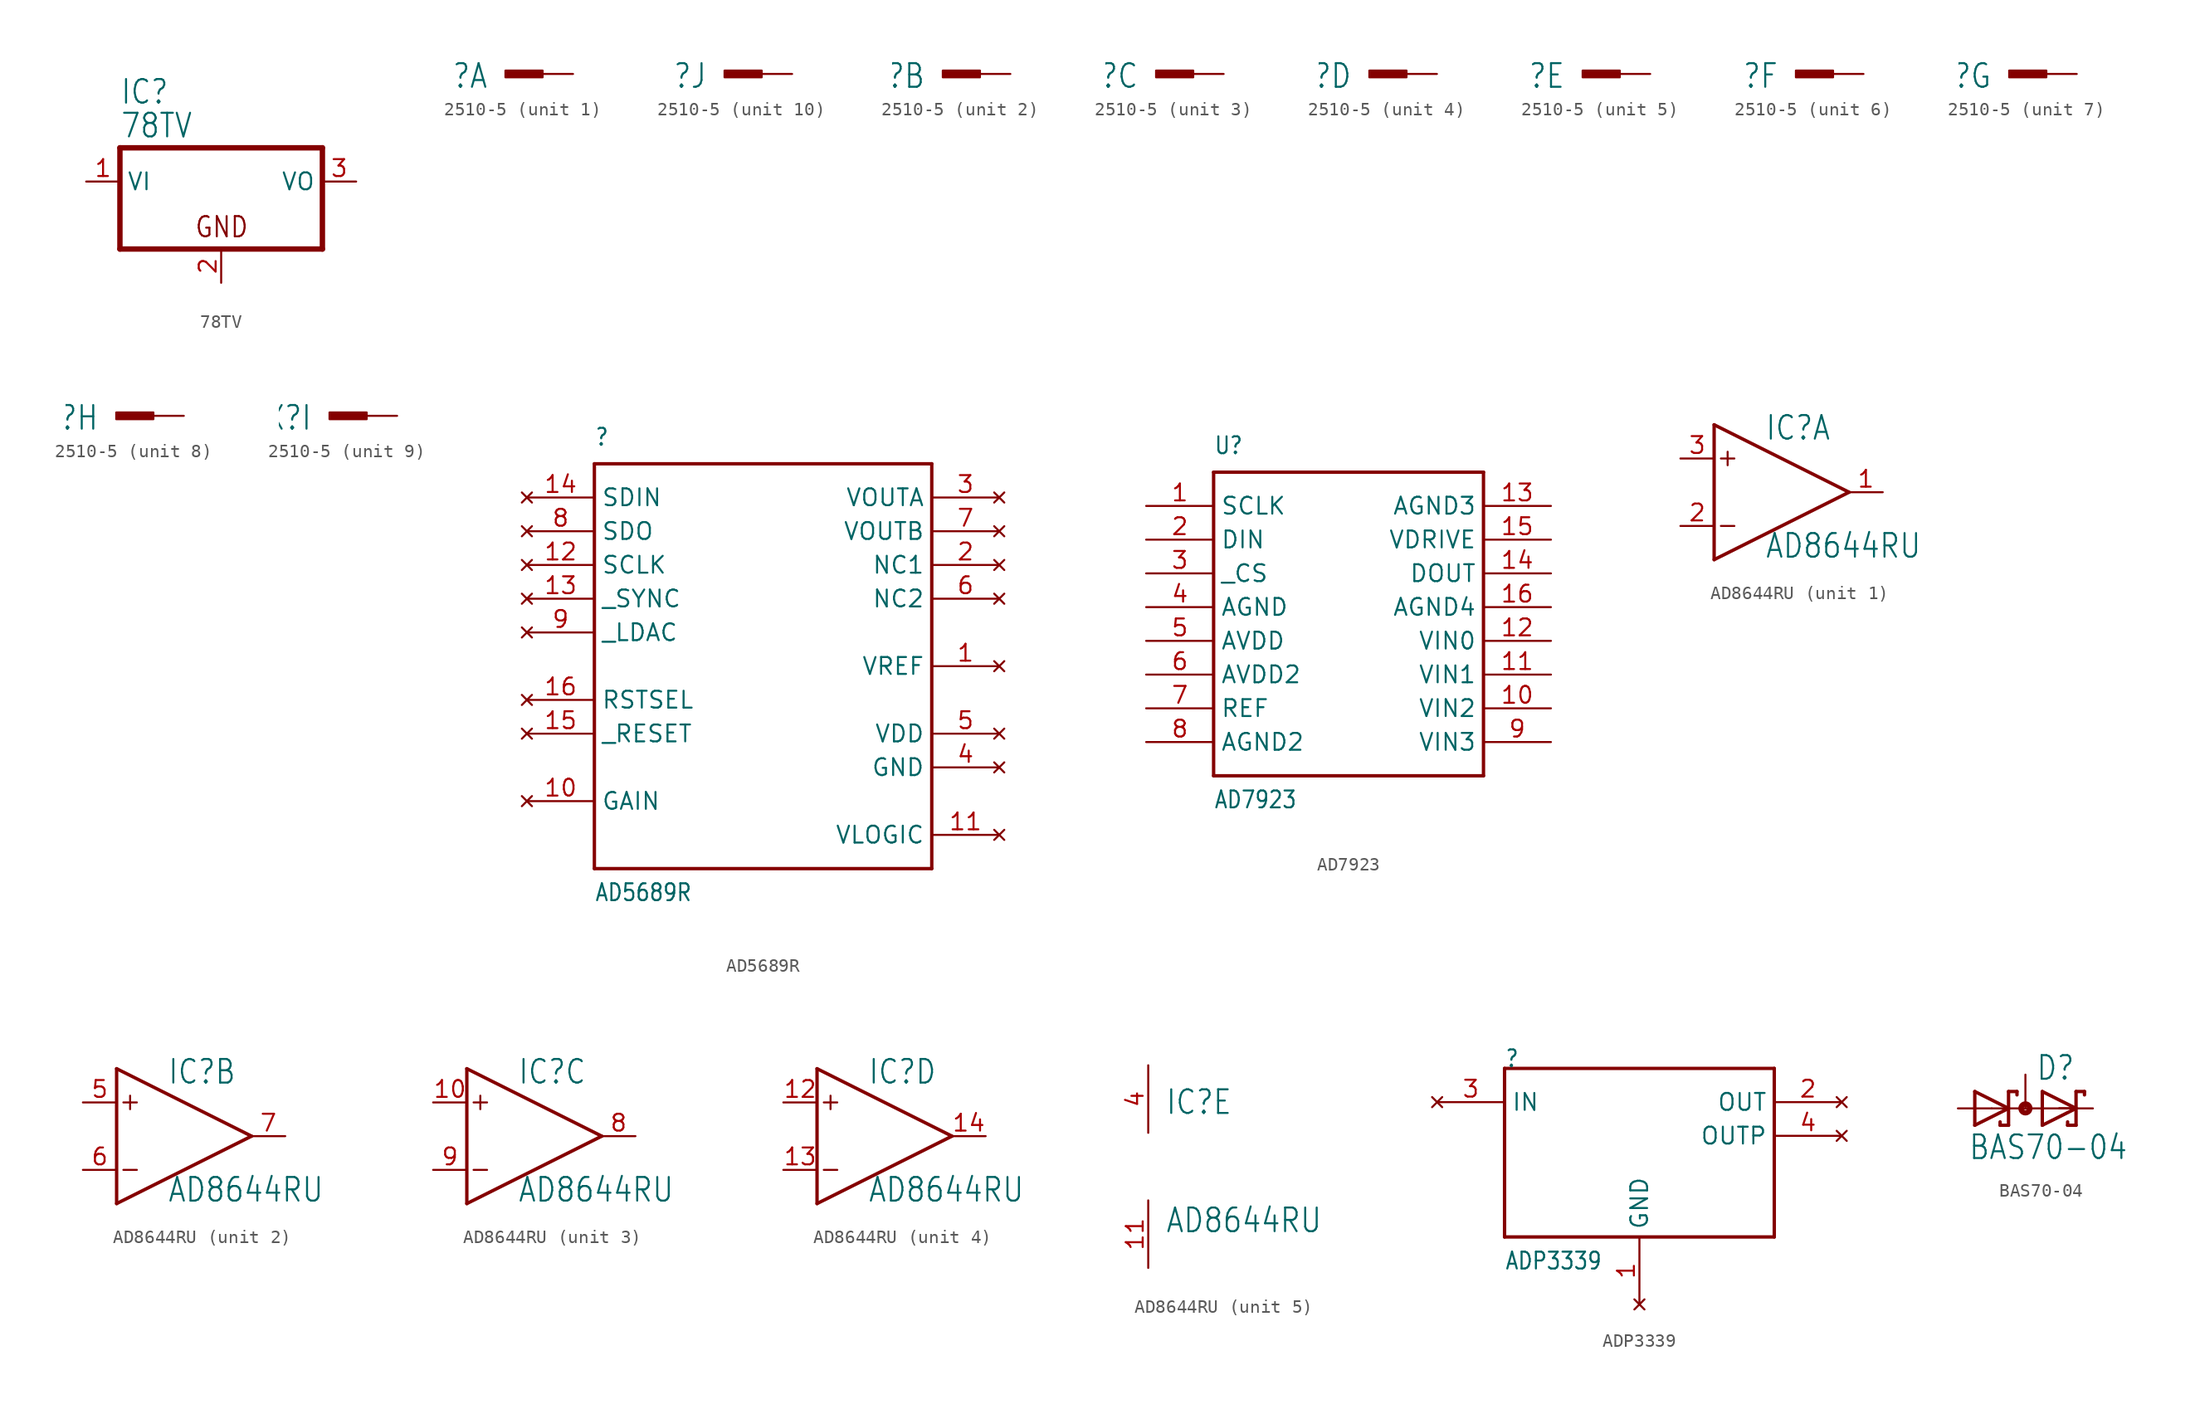
<source format=kicad_sym>
(kicad_symbol_lib
  (version 20211014)
  (generator kicad_symbol_editor)
  (symbol "78TV"
    (property "Reference" "IC"
      (at -7.62 5.715 0)
      (effects (font (size 1.778 1.511)) (justify left bottom)))
    (property "Value" "78TV"
      (at -7.62 3.175 0)
      (effects (font (size 1.778 1.511)) (justify left bottom)))
    (property "ki_locked" ""
      (at 0 0 0)
      (effects (font (size 1.27 1.27))))
    (symbol "78TV_1_0"
      (polyline (pts (xy -7.62 -5.08) (xy 7.62 -5.08)) (stroke (width 0.406) (type default) (color 0 0 0 0)) (fill (type none)))
      (polyline (pts (xy -7.62 2.54) (xy -7.62 -5.08)) (stroke (width 0.406) (type default) (color 0 0 0 0)) (fill (type none)))
      (polyline (pts (xy 7.62 -5.08) (xy 7.62 2.54)) (stroke (width 0.406) (type default) (color 0 0 0 0)) (fill (type none)))
      (polyline (pts (xy 7.62 2.54) (xy -7.62 2.54)) (stroke (width 0.406) (type default) (color 0 0 0 0)) (fill (type none)))
      (text "GND" (at -2.032 -4.318 0) (effects (font (size 1.524 1.295)) (justify left bottom)))
      (pin input line (at -10.16 0 0) (length 2.54) (name "VI" (effects (font (size 1.27 1.27)))) (number "1" (effects (font (size 1.27 1.27)))))
      (pin passive line (at 0 -7.62 90) (length 2.54) (name "GND" (effects (font (size 0 0)))) (number "2" (effects (font (size 1.27 1.27)))))
      (pin passive line (at 10.16 0 180) (length 2.54) (name "VO" (effects (font (size 1.27 1.27)))) (number "3" (effects (font (size 1.27 1.27)))))))
  (symbol "2510-5"
    (property "Reference" "X"
      (at -1.27 0.889 0)
      (effects (font (size 1.778 1.511)) (justify right top)))
    (property "ki_locked" ""
      (at 0 0 0)
      (effects (font (size 1.27 1.27))))
    (symbol "2510-5_1_0"
      (rectangle (start 0 -0.254) (end 2.794 0.254) (stroke (width 0) (type default) (color 0 0 0 0)) (fill (type outline)))
      (pin passive line (at 5.08 0 180) (length 2.54) (name "KL" (effects (font (size 0 0)))) (number "1" (effects (font (size 0 0))))))
    (symbol "2510-5_2_0"
      (rectangle (start 0 -0.254) (end 2.794 0.254) (stroke (width 0) (type default) (color 0 0 0 0)) (fill (type outline)))
      (pin passive line (at 5.08 0 180) (length 2.54) (name "KL" (effects (font (size 0 0)))) (number "2" (effects (font (size 0 0))))))
    (symbol "2510-5_3_0"
      (rectangle (start 0 -0.254) (end 2.794 0.254) (stroke (width 0) (type default) (color 0 0 0 0)) (fill (type outline)))
      (pin passive line (at 5.08 0 180) (length 2.54) (name "KL" (effects (font (size 0 0)))) (number "3" (effects (font (size 0 0))))))
    (symbol "2510-5_4_0"
      (rectangle (start 0 -0.254) (end 2.794 0.254) (stroke (width 0) (type default) (color 0 0 0 0)) (fill (type outline)))
      (pin passive line (at 5.08 0 180) (length 2.54) (name "KL" (effects (font (size 0 0)))) (number "4" (effects (font (size 0 0))))))
    (symbol "2510-5_5_0"
      (rectangle (start 0 -0.254) (end 2.794 0.254) (stroke (width 0) (type default) (color 0 0 0 0)) (fill (type outline)))
      (pin passive line (at 5.08 0 180) (length 2.54) (name "KL" (effects (font (size 0 0)))) (number "5" (effects (font (size 0 0))))))
    (symbol "2510-5_6_0"
      (rectangle (start 0 -0.254) (end 2.794 0.254) (stroke (width 0) (type default) (color 0 0 0 0)) (fill (type outline)))
      (pin passive line (at 5.08 0 180) (length 2.54) (name "KL" (effects (font (size 0 0)))) (number "6" (effects (font (size 0 0))))))
    (symbol "2510-5_7_0"
      (rectangle (start 0 -0.254) (end 2.794 0.254) (stroke (width 0) (type default) (color 0 0 0 0)) (fill (type outline)))
      (pin passive line (at 5.08 0 180) (length 2.54) (name "KL" (effects (font (size 0 0)))) (number "7" (effects (font (size 0 0))))))
    (symbol "2510-5_8_0"
      (rectangle (start 0 -0.254) (end 2.794 0.254) (stroke (width 0) (type default) (color 0 0 0 0)) (fill (type outline)))
      (pin passive line (at 5.08 0 180) (length 2.54) (name "KL" (effects (font (size 0 0)))) (number "8" (effects (font (size 0 0))))))
    (symbol "2510-5_9_0"
      (rectangle (start 0 -0.254) (end 2.794 0.254) (stroke (width 0) (type default) (color 0 0 0 0)) (fill (type outline)))
      (pin passive line (at 5.08 0 180) (length 2.54) (name "KL" (effects (font (size 0 0)))) (number "9" (effects (font (size 0 0))))))
    (symbol "2510-5_10_0"
      (rectangle (start 0 -0.254) (end 2.794 0.254) (stroke (width 0) (type default) (color 0 0 0 0)) (fill (type outline)))
      (pin passive line (at 5.08 0 180) (length 2.54) (name "KL" (effects (font (size 0 0)))) (number "10" (effects (font (size 0 0)))))))
  (symbol "AD5689R"
    (property "Reference" ""
      (at -25.4 21.59 0)
      (effects (font (size 1.27 1.079)) (justify left bottom)))
    (property "Value" "AD5689R"
      (at -25.4 -12.7 0)
      (effects (font (size 1.27 1.079)) (justify left bottom)))
    (property "ki_locked" ""
      (at 0 0 0)
      (effects (font (size 1.27 1.27))))
    (symbol "AD5689R_1_0"
      (polyline (pts (xy -25.4 -10.16) (xy -25.4 20.32)) (stroke (width 0.254) (type default) (color 0 0 0 0)) (fill (type none)))
      (polyline (pts (xy -25.4 20.32) (xy 0 20.32)) (stroke (width 0.254) (type default) (color 0 0 0 0)) (fill (type none)))
      (polyline (pts (xy 0 -10.16) (xy -25.4 -10.16)) (stroke (width 0.254) (type default) (color 0 0 0 0)) (fill (type none)))
      (polyline (pts (xy 0 20.32) (xy 0 -10.16)) (stroke (width 0.254) (type default) (color 0 0 0 0)) (fill (type none)))
      (pin no_connect line (at 5.08 5.08 180) (length 5.08) (name "VREF" (effects (font (size 1.27 1.27)))) (number "1" (effects (font (size 1.27 1.27)))))
      (pin no_connect line (at -30.48 -5.08 0) (length 5.08) (name "GAIN" (effects (font (size 1.27 1.27)))) (number "10" (effects (font (size 1.27 1.27)))))
      (pin no_connect line (at 5.08 -7.62 180) (length 5.08) (name "VLOGIC" (effects (font (size 1.27 1.27)))) (number "11" (effects (font (size 1.27 1.27)))))
      (pin no_connect line (at -30.48 12.7 0) (length 5.08) (name "SCLK" (effects (font (size 1.27 1.27)))) (number "12" (effects (font (size 1.27 1.27)))))
      (pin no_connect line (at -30.48 10.16 0) (length 5.08) (name "_SYNC" (effects (font (size 1.27 1.27)))) (number "13" (effects (font (size 1.27 1.27)))))
      (pin no_connect line (at -30.48 17.78 0) (length 5.08) (name "SDIN" (effects (font (size 1.27 1.27)))) (number "14" (effects (font (size 1.27 1.27)))))
      (pin no_connect line (at -30.48 0 0) (length 5.08) (name "_RESET" (effects (font (size 1.27 1.27)))) (number "15" (effects (font (size 1.27 1.27)))))
      (pin no_connect line (at -30.48 2.54 0) (length 5.08) (name "RSTSEL" (effects (font (size 1.27 1.27)))) (number "16" (effects (font (size 1.27 1.27)))))
      (pin no_connect line (at 5.08 12.7 180) (length 5.08) (name "NC1" (effects (font (size 1.27 1.27)))) (number "2" (effects (font (size 1.27 1.27)))))
      (pin no_connect line (at 5.08 17.78 180) (length 5.08) (name "VOUTA" (effects (font (size 1.27 1.27)))) (number "3" (effects (font (size 1.27 1.27)))))
      (pin no_connect line (at 5.08 -2.54 180) (length 5.08) (name "GND" (effects (font (size 1.27 1.27)))) (number "4" (effects (font (size 1.27 1.27)))))
      (pin no_connect line (at 5.08 0 180) (length 5.08) (name "VDD" (effects (font (size 1.27 1.27)))) (number "5" (effects (font (size 1.27 1.27)))))
      (pin no_connect line (at 5.08 10.16 180) (length 5.08) (name "NC2" (effects (font (size 1.27 1.27)))) (number "6" (effects (font (size 1.27 1.27)))))
      (pin no_connect line (at 5.08 15.24 180) (length 5.08) (name "VOUTB" (effects (font (size 1.27 1.27)))) (number "7" (effects (font (size 1.27 1.27)))))
      (pin no_connect line (at -30.48 15.24 0) (length 5.08) (name "SDO" (effects (font (size 1.27 1.27)))) (number "8" (effects (font (size 1.27 1.27)))))
      (pin no_connect line (at -30.48 7.62 0) (length 5.08) (name "_LDAC" (effects (font (size 1.27 1.27)))) (number "9" (effects (font (size 1.27 1.27)))))))
  (symbol "AD7923"
    (property "Reference" "U"
      (at -10.16 11.43 0)
      (effects (font (size 1.27 1.079)) (justify left bottom)))
    (property "Value" "AD7923"
      (at -10.16 -15.24 0)
      (effects (font (size 1.27 1.079)) (justify left bottom)))
    (property "ki_locked" ""
      (at 0 0 0)
      (effects (font (size 1.27 1.27))))
    (symbol "AD7923_1_0"
      (polyline (pts (xy -10.16 -12.7) (xy 10.16 -12.7)) (stroke (width 0.254) (type default) (color 0 0 0 0)) (fill (type none)))
      (polyline (pts (xy -10.16 10.16) (xy -10.16 -12.7)) (stroke (width 0.254) (type default) (color 0 0 0 0)) (fill (type none)))
      (polyline (pts (xy 10.16 -12.7) (xy 10.16 10.16)) (stroke (width 0.254) (type default) (color 0 0 0 0)) (fill (type none)))
      (polyline (pts (xy 10.16 10.16) (xy -10.16 10.16)) (stroke (width 0.254) (type default) (color 0 0 0 0)) (fill (type none)))
      (pin bidirectional line (at -15.24 7.62 0) (length 5.08) (name "SCLK" (effects (font (size 1.27 1.27)))) (number "1" (effects (font (size 1.27 1.27)))))
      (pin bidirectional line (at 15.24 -7.62 180) (length 5.08) (name "VIN2" (effects (font (size 1.27 1.27)))) (number "10" (effects (font (size 1.27 1.27)))))
      (pin bidirectional line (at 15.24 -5.08 180) (length 5.08) (name "VIN1" (effects (font (size 1.27 1.27)))) (number "11" (effects (font (size 1.27 1.27)))))
      (pin bidirectional line (at 15.24 -2.54 180) (length 5.08) (name "VIN0" (effects (font (size 1.27 1.27)))) (number "12" (effects (font (size 1.27 1.27)))))
      (pin bidirectional line (at 15.24 7.62 180) (length 5.08) (name "AGND3" (effects (font (size 1.27 1.27)))) (number "13" (effects (font (size 1.27 1.27)))))
      (pin bidirectional line (at 15.24 2.54 180) (length 5.08) (name "DOUT" (effects (font (size 1.27 1.27)))) (number "14" (effects (font (size 1.27 1.27)))))
      (pin bidirectional line (at 15.24 5.08 180) (length 5.08) (name "VDRIVE" (effects (font (size 1.27 1.27)))) (number "15" (effects (font (size 1.27 1.27)))))
      (pin bidirectional line (at 15.24 0 180) (length 5.08) (name "AGND4" (effects (font (size 1.27 1.27)))) (number "16" (effects (font (size 1.27 1.27)))))
      (pin bidirectional line (at -15.24 5.08 0) (length 5.08) (name "DIN" (effects (font (size 1.27 1.27)))) (number "2" (effects (font (size 1.27 1.27)))))
      (pin bidirectional line (at -15.24 2.54 0) (length 5.08) (name "_CS" (effects (font (size 1.27 1.27)))) (number "3" (effects (font (size 1.27 1.27)))))
      (pin bidirectional line (at -15.24 0 0) (length 5.08) (name "AGND" (effects (font (size 1.27 1.27)))) (number "4" (effects (font (size 1.27 1.27)))))
      (pin bidirectional line (at -15.24 -2.54 0) (length 5.08) (name "AVDD" (effects (font (size 1.27 1.27)))) (number "5" (effects (font (size 1.27 1.27)))))
      (pin bidirectional line (at -15.24 -5.08 0) (length 5.08) (name "AVDD2" (effects (font (size 1.27 1.27)))) (number "6" (effects (font (size 1.27 1.27)))))
      (pin bidirectional line (at -15.24 -7.62 0) (length 5.08) (name "REF" (effects (font (size 1.27 1.27)))) (number "7" (effects (font (size 1.27 1.27)))))
      (pin bidirectional line (at -15.24 -10.16 0) (length 5.08) (name "AGND2" (effects (font (size 1.27 1.27)))) (number "8" (effects (font (size 1.27 1.27)))))
      (pin bidirectional line (at 15.24 -10.16 180) (length 5.08) (name "VIN3" (effects (font (size 1.27 1.27)))) (number "9" (effects (font (size 1.27 1.27)))))))
  (symbol "AD8644RU"
    (property "Reference" "IC"
      (at 1.27 3.81 0)
      (effects (font (size 1.778 1.511)) (justify left bottom)))
    (property "Value" "AD8644RU"
      (at 1.27 -5.08 0)
      (effects (font (size 1.778 1.511)) (justify left bottom)))
    (property "ki_locked" ""
      (at 0 0 0)
      (effects (font (size 1.27 1.27))))
    (symbol "AD8644RU_1_0"
      (polyline (pts (xy -2.54 -5.08) (xy 7.62 0)) (stroke (width 0.254) (type default) (color 0 0 0 0)) (fill (type none)))
      (polyline (pts (xy -2.54 5.08) (xy -2.54 -5.08)) (stroke (width 0.254) (type default) (color 0 0 0 0)) (fill (type none)))
      (polyline (pts (xy -2.032 -2.54) (xy -1.016 -2.54)) (stroke (width 0.152) (type default) (color 0 0 0 0)) (fill (type none)))
      (polyline (pts (xy -2.032 2.54) (xy -1.016 2.54)) (stroke (width 0.152) (type default) (color 0 0 0 0)) (fill (type none)))
      (polyline (pts (xy -1.524 3.048) (xy -1.524 2.032)) (stroke (width 0.152) (type default) (color 0 0 0 0)) (fill (type none)))
      (polyline (pts (xy 7.62 0) (xy -2.54 5.08)) (stroke (width 0.254) (type default) (color 0 0 0 0)) (fill (type none)))
      (pin output line (at 10.16 0 180) (length 2.54) (name "OUT" (effects (font (size 0 0)))) (number "1" (effects (font (size 1.27 1.27)))))
      (pin input line (at -5.08 -2.54 0) (length 2.54) (name "IN-" (effects (font (size 0 0)))) (number "2" (effects (font (size 1.27 1.27)))))
      (pin input line (at -5.08 2.54 0) (length 2.54) (name "IN+" (effects (font (size 0 0)))) (number "3" (effects (font (size 1.27 1.27))))))
    (symbol "AD8644RU_2_0"
      (polyline (pts (xy -2.54 -5.08) (xy 7.62 0)) (stroke (width 0.254) (type default) (color 0 0 0 0)) (fill (type none)))
      (polyline (pts (xy -2.54 5.08) (xy -2.54 -5.08)) (stroke (width 0.254) (type default) (color 0 0 0 0)) (fill (type none)))
      (polyline (pts (xy -2.032 -2.54) (xy -1.016 -2.54)) (stroke (width 0.152) (type default) (color 0 0 0 0)) (fill (type none)))
      (polyline (pts (xy -2.032 2.54) (xy -1.016 2.54)) (stroke (width 0.152) (type default) (color 0 0 0 0)) (fill (type none)))
      (polyline (pts (xy -1.524 3.048) (xy -1.524 2.032)) (stroke (width 0.152) (type default) (color 0 0 0 0)) (fill (type none)))
      (polyline (pts (xy 7.62 0) (xy -2.54 5.08)) (stroke (width 0.254) (type default) (color 0 0 0 0)) (fill (type none)))
      (pin input line (at -5.08 2.54 0) (length 2.54) (name "IN+" (effects (font (size 0 0)))) (number "5" (effects (font (size 1.27 1.27)))))
      (pin input line (at -5.08 -2.54 0) (length 2.54) (name "IN-" (effects (font (size 0 0)))) (number "6" (effects (font (size 1.27 1.27)))))
      (pin output line (at 10.16 0 180) (length 2.54) (name "OUT" (effects (font (size 0 0)))) (number "7" (effects (font (size 1.27 1.27))))))
    (symbol "AD8644RU_3_0"
      (polyline (pts (xy -2.54 -5.08) (xy 7.62 0)) (stroke (width 0.254) (type default) (color 0 0 0 0)) (fill (type none)))
      (polyline (pts (xy -2.54 5.08) (xy -2.54 -5.08)) (stroke (width 0.254) (type default) (color 0 0 0 0)) (fill (type none)))
      (polyline (pts (xy -2.032 -2.54) (xy -1.016 -2.54)) (stroke (width 0.152) (type default) (color 0 0 0 0)) (fill (type none)))
      (polyline (pts (xy -2.032 2.54) (xy -1.016 2.54)) (stroke (width 0.152) (type default) (color 0 0 0 0)) (fill (type none)))
      (polyline (pts (xy -1.524 3.048) (xy -1.524 2.032)) (stroke (width 0.152) (type default) (color 0 0 0 0)) (fill (type none)))
      (polyline (pts (xy 7.62 0) (xy -2.54 5.08)) (stroke (width 0.254) (type default) (color 0 0 0 0)) (fill (type none)))
      (pin input line (at -5.08 2.54 0) (length 2.54) (name "IN+" (effects (font (size 0 0)))) (number "10" (effects (font (size 1.27 1.27)))))
      (pin output line (at 10.16 0 180) (length 2.54) (name "OUT" (effects (font (size 0 0)))) (number "8" (effects (font (size 1.27 1.27)))))
      (pin input line (at -5.08 -2.54 0) (length 2.54) (name "IN-" (effects (font (size 0 0)))) (number "9" (effects (font (size 1.27 1.27))))))
    (symbol "AD8644RU_4_0"
      (polyline (pts (xy -2.54 -5.08) (xy 7.62 0)) (stroke (width 0.254) (type default) (color 0 0 0 0)) (fill (type none)))
      (polyline (pts (xy -2.54 5.08) (xy -2.54 -5.08)) (stroke (width 0.254) (type default) (color 0 0 0 0)) (fill (type none)))
      (polyline (pts (xy -2.032 -2.54) (xy -1.016 -2.54)) (stroke (width 0.152) (type default) (color 0 0 0 0)) (fill (type none)))
      (polyline (pts (xy -2.032 2.54) (xy -1.016 2.54)) (stroke (width 0.152) (type default) (color 0 0 0 0)) (fill (type none)))
      (polyline (pts (xy -1.524 3.048) (xy -1.524 2.032)) (stroke (width 0.152) (type default) (color 0 0 0 0)) (fill (type none)))
      (polyline (pts (xy 7.62 0) (xy -2.54 5.08)) (stroke (width 0.254) (type default) (color 0 0 0 0)) (fill (type none)))
      (pin input line (at -5.08 2.54 0) (length 2.54) (name "IN+" (effects (font (size 0 0)))) (number "12" (effects (font (size 1.27 1.27)))))
      (pin input line (at -5.08 -2.54 0) (length 2.54) (name "IN-" (effects (font (size 0 0)))) (number "13" (effects (font (size 1.27 1.27)))))
      (pin output line (at 10.16 0 180) (length 2.54) (name "OUT" (effects (font (size 0 0)))) (number "14" (effects (font (size 1.27 1.27))))))
    (symbol "AD8644RU_5_0"
      (pin power_in line (at 0 -7.62 90) (length 5.08) (name "V-" (effects (font (size 0 0)))) (number "11" (effects (font (size 1.27 1.27)))))
      (pin power_in line (at 0 7.62 270) (length 5.08) (name "V+" (effects (font (size 0 0)))) (number "4" (effects (font (size 1.27 1.27)))))))
  (symbol "ADP3339"
    (property "Reference" ""
      (at -10.16 5.08 0)
      (effects (font (size 1.27 1.079)) (justify left bottom)))
    (property "Value" "ADP3339"
      (at -10.16 -10.16 0)
      (effects (font (size 1.27 1.079)) (justify left bottom)))
    (property "ki_locked" ""
      (at 0 0 0)
      (effects (font (size 1.27 1.27))))
    (symbol "ADP3339_1_0"
      (polyline (pts (xy -10.16 -7.62) (xy -10.16 5.08)) (stroke (width 0.254) (type default) (color 0 0 0 0)) (fill (type none)))
      (polyline (pts (xy -10.16 5.08) (xy 10.16 5.08)) (stroke (width 0.254) (type default) (color 0 0 0 0)) (fill (type none)))
      (polyline (pts (xy 10.16 -7.62) (xy -10.16 -7.62)) (stroke (width 0.254) (type default) (color 0 0 0 0)) (fill (type none)))
      (polyline (pts (xy 10.16 5.08) (xy 10.16 -7.62)) (stroke (width 0.254) (type default) (color 0 0 0 0)) (fill (type none)))
      (pin no_connect line (at 0 -12.7 90) (length 5.08) (name "GND" (effects (font (size 1.27 1.27)))) (number "1" (effects (font (size 1.27 1.27)))))
      (pin no_connect line (at 15.24 2.54 180) (length 5.08) (name "OUT" (effects (font (size 1.27 1.27)))) (number "2" (effects (font (size 1.27 1.27)))))
      (pin no_connect line (at -15.24 2.54 0) (length 5.08) (name "IN" (effects (font (size 1.27 1.27)))) (number "3" (effects (font (size 1.27 1.27)))))
      (pin no_connect line (at 15.24 0 180) (length 5.08) (name "OUTP" (effects (font (size 1.27 1.27)))) (number "4" (effects (font (size 1.27 1.27)))))))
  (symbol "BAS70-04"
    (property "Reference" "D"
      (at 0.762 2.007 0)
      (effects (font (size 1.778 1.511)) (justify left bottom)))
    (property "Value" "BAS70-04"
      (at -4.318 -3.962 0)
      (effects (font (size 1.778 1.511)) (justify left bottom)))
    (property "ki_locked" ""
      (at 0 0 0)
      (effects (font (size 1.27 1.27))))
    (symbol "BAS70-04_1_0"
      (polyline (pts (xy -3.81 -1.27) (xy -1.27 0)) (stroke (width 0.254) (type default) (color 0 0 0 0)) (fill (type none)))
      (polyline (pts (xy -3.81 1.27) (xy -3.81 -1.27)) (stroke (width 0.254) (type default) (color 0 0 0 0)) (fill (type none)))
      (polyline (pts (xy -2.54 0) (xy -1.27 0)) (stroke (width 0.152) (type default) (color 0 0 0 0)) (fill (type none)))
      (polyline (pts (xy -1.905 -1.016) (xy -1.905 -1.27)) (stroke (width 0.254) (type default) (color 0 0 0 0)) (fill (type none)))
      (polyline (pts (xy -1.27 -1.27) (xy -1.905 -1.27)) (stroke (width 0.254) (type default) (color 0 0 0 0)) (fill (type none)))
      (polyline (pts (xy -1.27 0) (xy -3.81 1.27)) (stroke (width 0.254) (type default) (color 0 0 0 0)) (fill (type none)))
      (polyline (pts (xy -1.27 0) (xy -1.27 -1.27)) (stroke (width 0.254) (type default) (color 0 0 0 0)) (fill (type none)))
      (polyline (pts (xy -1.27 0) (xy 3.81 0)) (stroke (width 0.152) (type default) (color 0 0 0 0)) (fill (type none)))
      (polyline (pts (xy -1.27 1.27) (xy -1.27 0)) (stroke (width 0.254) (type default) (color 0 0 0 0)) (fill (type none)))
      (polyline (pts (xy -0.635 1.016) (xy -0.635 1.27)) (stroke (width 0.254) (type default) (color 0 0 0 0)) (fill (type none)))
      (polyline (pts (xy -0.635 1.27) (xy -1.27 1.27)) (stroke (width 0.254) (type default) (color 0 0 0 0)) (fill (type none)))
      (polyline (pts (xy 1.27 -1.27) (xy 1.27 1.27)) (stroke (width 0.254) (type default) (color 0 0 0 0)) (fill (type none)))
      (polyline (pts (xy 1.27 1.27) (xy 3.81 0)) (stroke (width 0.254) (type default) (color 0 0 0 0)) (fill (type none)))
      (polyline (pts (xy 2.54 0) (xy 3.81 0)) (stroke (width 0.152) (type default) (color 0 0 0 0)) (fill (type none)))
      (polyline (pts (xy 3.175 -1.27) (xy 3.81 -1.27)) (stroke (width 0.254) (type default) (color 0 0 0 0)) (fill (type none)))
      (polyline (pts (xy 3.175 -1.016) (xy 3.175 -1.27)) (stroke (width 0.254) (type default) (color 0 0 0 0)) (fill (type none)))
      (polyline (pts (xy 3.81 -1.27) (xy 3.81 0)) (stroke (width 0.254) (type default) (color 0 0 0 0)) (fill (type none)))
      (polyline (pts (xy 3.81 0) (xy 1.27 -1.27)) (stroke (width 0.254) (type default) (color 0 0 0 0)) (fill (type none)))
      (polyline (pts (xy 3.81 0) (xy 3.81 1.27)) (stroke (width 0.254) (type default) (color 0 0 0 0)) (fill (type none)))
      (polyline (pts (xy 3.81 1.27) (xy 4.445 1.27)) (stroke (width 0.254) (type default) (color 0 0 0 0)) (fill (type none)))
      (polyline (pts (xy 4.445 1.016) (xy 4.445 1.27)) (stroke (width 0.254) (type default) (color 0 0 0 0)) (fill (type none)))
      (circle (center 0 0) (radius 0.127) (stroke (width 0.406) (type default) (color 0 0 0 0)) (fill (type none)))
      (pin passive line (at -5.08 0 0) (length 2.54) (name "A1" (effects (font (size 0 0)))) (number "1" (effects (font (size 0 0)))))
      (pin passive line (at 5.08 0 180) (length 2.54) (name "C2" (effects (font (size 0 0)))) (number "2" (effects (font (size 0 0)))))
      (pin passive line (at 0 2.54 270) (length 2.54) (name "C1A2" (effects (font (size 0 0)))) (number "3" (effects (font (size 0 0))))))))
</source>
